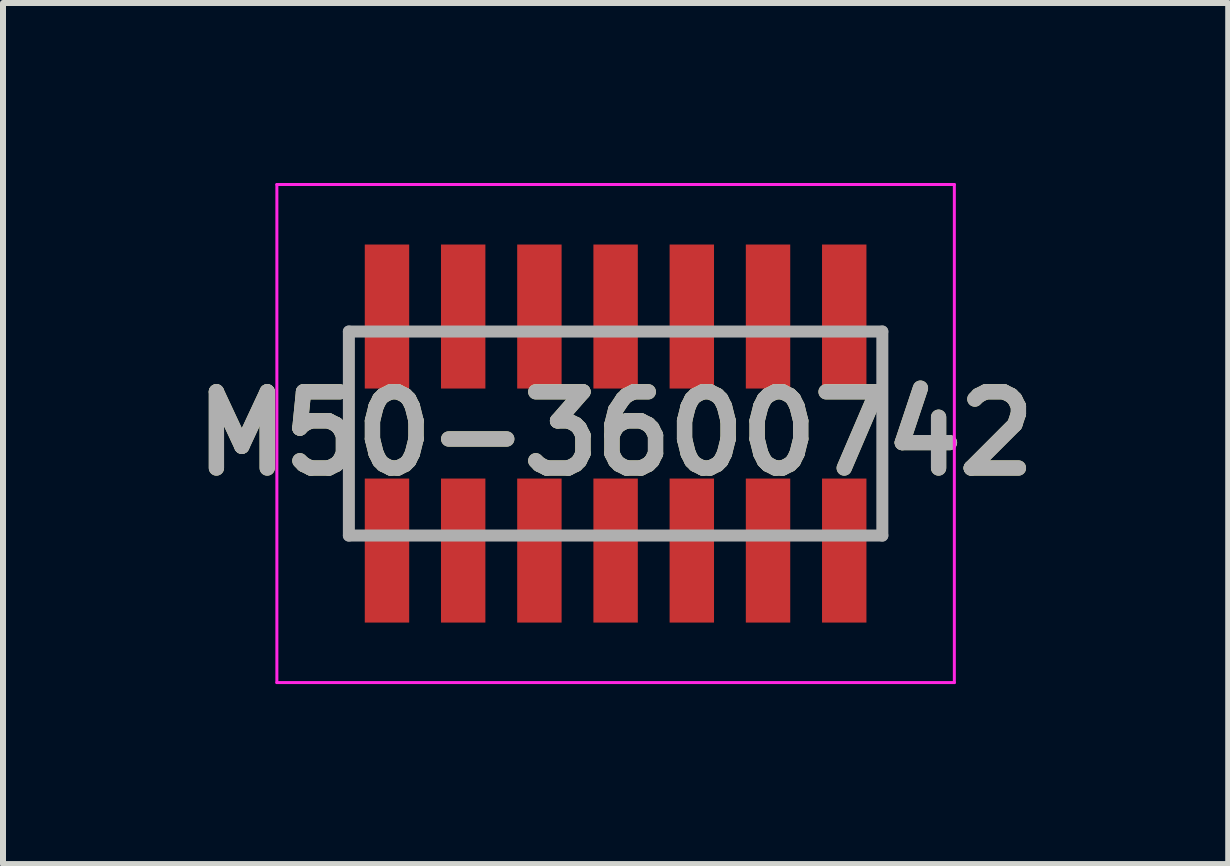
<source format=kicad_pcb>
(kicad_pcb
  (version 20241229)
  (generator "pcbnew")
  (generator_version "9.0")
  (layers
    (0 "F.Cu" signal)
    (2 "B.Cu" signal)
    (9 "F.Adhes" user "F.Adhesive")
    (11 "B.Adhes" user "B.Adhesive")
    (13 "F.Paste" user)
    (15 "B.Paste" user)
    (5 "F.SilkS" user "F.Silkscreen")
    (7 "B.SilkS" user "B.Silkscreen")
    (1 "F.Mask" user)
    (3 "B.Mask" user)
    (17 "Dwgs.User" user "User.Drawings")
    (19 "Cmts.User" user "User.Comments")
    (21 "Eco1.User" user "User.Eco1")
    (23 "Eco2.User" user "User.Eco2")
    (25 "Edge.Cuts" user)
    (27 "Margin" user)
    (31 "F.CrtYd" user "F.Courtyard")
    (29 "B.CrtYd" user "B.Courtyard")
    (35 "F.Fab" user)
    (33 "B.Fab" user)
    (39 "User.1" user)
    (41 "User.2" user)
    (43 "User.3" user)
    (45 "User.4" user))
  (footprint "M50-3600742"
    (layer "F.Cu")
    (at 7.209 4.175)
    (property "Reference" "M50-3600742" (at 0 0 0) (layer "F.SilkS") (effects (font (size 1.27 1.27) (thickness 0.254))))
    (attr smd)
    (fp_line (start -4.445 1.7) (end -4.445 -1.7) (stroke (width 0.1) (type solid)) (layer "F.SilkS"))
    (fp_line (start 4.445 -1.7) (end 4.445 1.7) (stroke (width 0.1) (type solid)) (layer "F.SilkS"))
    (fp_line (start -5.645 -4.15) (end 5.645 -4.15) (stroke (width 0.05) (type solid)) (layer "F.CrtYd"))
    (fp_line (start -5.645 4.15) (end -5.645 -4.15) (stroke (width 0.05) (type solid)) (layer "F.CrtYd"))
    (fp_line (start 5.645 -4.15) (end 5.645 4.15) (stroke (width 0.05) (type solid)) (layer "F.CrtYd"))
    (fp_line (start 5.645 4.15) (end -5.645 4.15) (stroke (width 0.05) (type solid)) (layer "F.CrtYd"))
    (fp_line (start -4.445 -1.7) (end 4.445 -1.7) (stroke (width 0.2) (type solid)) (layer "F.Fab"))
    (fp_line (start -4.445 1.7) (end -4.445 -1.7) (stroke (width 0.2) (type solid)) (layer "F.Fab"))
    (fp_line (start 4.445 -1.7) (end 4.445 1.7) (stroke (width 0.2) (type solid)) (layer "F.Fab"))
    (fp_line (start 4.445 1.7) (end -4.445 1.7) (stroke (width 0.2) (type solid)) (layer "F.Fab"))
    (fp_text user "${REFERENCE}" (at 0 0 0) (layer "F.Fab") (effects (font (size 1.27 1.27) (thickness 0.254))))
    (pad "1" smd rect (at -3.81 1.95) (size 0.74 2.4) (layers "F.Cu" "F.Mask" "F.Paste"))
    (pad "2" smd rect (at -3.81 -1.95) (size 0.74 2.4) (layers "F.Cu" "F.Mask" "F.Paste"))
    (pad "3" smd rect (at -2.54 1.95) (size 0.74 2.4) (layers "F.Cu" "F.Mask" "F.Paste"))
    (pad "4" smd rect (at -2.54 -1.95) (size 0.74 2.4) (layers "F.Cu" "F.Mask" "F.Paste"))
    (pad "5" smd rect (at -1.27 1.95) (size 0.74 2.4) (layers "F.Cu" "F.Mask" "F.Paste"))
    (pad "6" smd rect (at -1.27 -1.95) (size 0.74 2.4) (layers "F.Cu" "F.Mask" "F.Paste"))
    (pad "7" smd rect (at 0 1.95) (size 0.74 2.4) (layers "F.Cu" "F.Mask" "F.Paste"))
    (pad "8" smd rect (at 0 -1.95) (size 0.74 2.4) (layers "F.Cu" "F.Mask" "F.Paste"))
    (pad "9" smd rect (at 1.27 1.95) (size 0.74 2.4) (layers "F.Cu" "F.Mask" "F.Paste"))
    (pad "10" smd rect (at 1.27 -1.95) (size 0.74 2.4) (layers "F.Cu" "F.Mask" "F.Paste"))
    (pad "11" smd rect (at 2.54 1.95) (size 0.74 2.4) (layers "F.Cu" "F.Mask" "F.Paste"))
    (pad "12" smd rect (at 2.54 -1.95) (size 0.74 2.4) (layers "F.Cu" "F.Mask" "F.Paste"))
    (pad "13" smd rect (at 3.81 1.95) (size 0.74 2.4) (layers "F.Cu" "F.Mask" "F.Paste"))
    (pad "14" smd rect (at 3.81 -1.95) (size 0.74 2.4) (layers "F.Cu" "F.Mask" "F.Paste")))
  (gr_rect
    (start -3 -3)
    (end 17.418 11.35)
    (stroke (width 0.1) (type default))
    (fill no)
    (layer "Edge.Cuts")))
</source>
